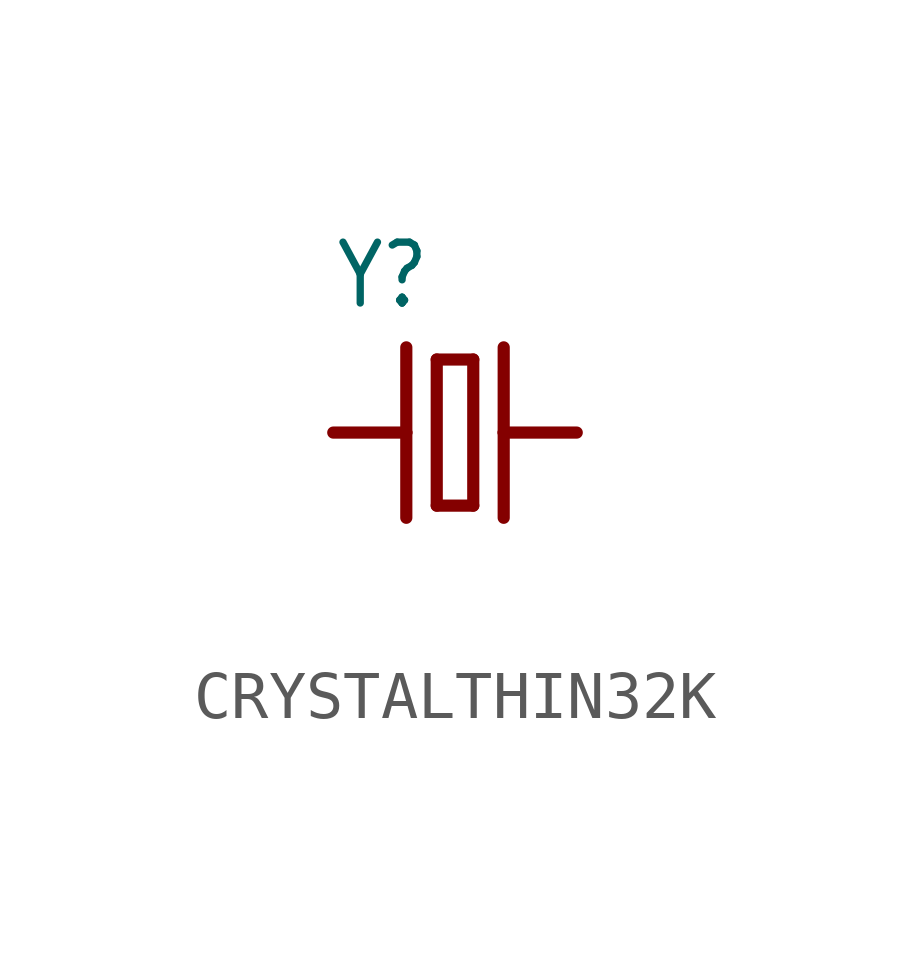
<source format=kicad_sym>
(kicad_symbol_lib
  (version 20220914)
  (generator kicad_symbol_editor)
  (symbol "CRYSTALTHIN32K"
    (property "Reference" "Y"
      (at -2.54 2.54 0)
      (effects (font (size 1.27 1.079)) (justify left bottom)))
    (property "Value" ""
      (at -2.54 -3.81 0)
      (effects (font (size 1.27 1.079)) (justify left bottom)))
    (property "ki_locked" ""
      (at 0 0 0)
      (effects (font (size 1.27 1.27))))
    (symbol "CRYSTALTHIN32K_1_0"
      (polyline (pts (xy -2.54 0) (xy -1.016 0)) (stroke (width 0.254) (type solid)) (fill (type none)))
      (polyline (pts (xy -1.016 0) (xy -1.016 -1.778)) (stroke (width 0.254) (type solid)) (fill (type none)))
      (polyline (pts (xy -1.016 1.778) (xy -1.016 0)) (stroke (width 0.254) (type solid)) (fill (type none)))
      (polyline (pts (xy -0.381 -1.524) (xy 0.381 -1.524)) (stroke (width 0.254) (type solid)) (fill (type none)))
      (polyline (pts (xy -0.381 1.524) (xy -0.381 -1.524)) (stroke (width 0.254) (type solid)) (fill (type none)))
      (polyline (pts (xy 0.381 -1.524) (xy 0.381 1.524)) (stroke (width 0.254) (type solid)) (fill (type none)))
      (polyline (pts (xy 0.381 1.524) (xy -0.381 1.524)) (stroke (width 0.254) (type solid)) (fill (type none)))
      (polyline (pts (xy 1.016 0) (xy 1.016 -1.778)) (stroke (width 0.254) (type solid)) (fill (type none)))
      (polyline (pts (xy 1.016 1.778) (xy 1.016 0)) (stroke (width 0.254) (type solid)) (fill (type none)))
      (polyline (pts (xy 2.54 0) (xy 1.016 0)) (stroke (width 0.254) (type solid)) (fill (type none)))
      (pin passive line (at -2.54 0 0) (length 0) (name "1" (effects (font (size 0 0)))) (number "1" (effects (font (size 0 0)))))
      (pin passive line (at 2.54 0 180) (length 0) (name "2" (effects (font (size 0 0)))) (number "2" (effects (font (size 0 0))))))))
</source>
